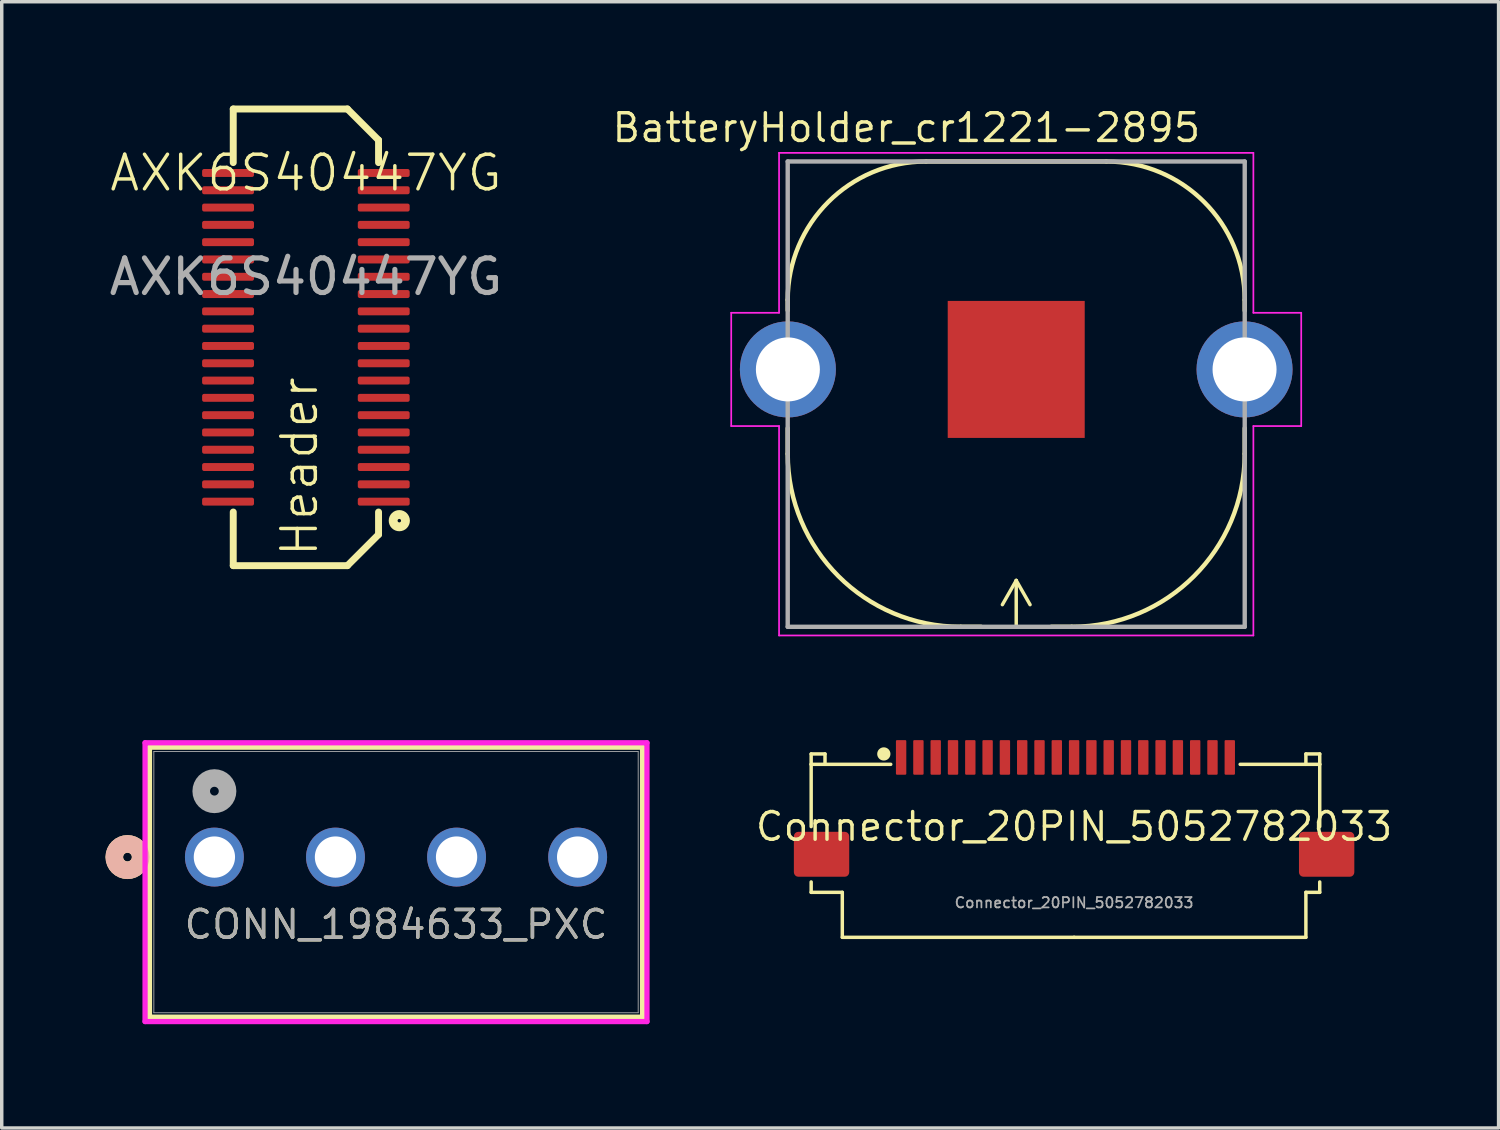
<source format=kicad_pcb>
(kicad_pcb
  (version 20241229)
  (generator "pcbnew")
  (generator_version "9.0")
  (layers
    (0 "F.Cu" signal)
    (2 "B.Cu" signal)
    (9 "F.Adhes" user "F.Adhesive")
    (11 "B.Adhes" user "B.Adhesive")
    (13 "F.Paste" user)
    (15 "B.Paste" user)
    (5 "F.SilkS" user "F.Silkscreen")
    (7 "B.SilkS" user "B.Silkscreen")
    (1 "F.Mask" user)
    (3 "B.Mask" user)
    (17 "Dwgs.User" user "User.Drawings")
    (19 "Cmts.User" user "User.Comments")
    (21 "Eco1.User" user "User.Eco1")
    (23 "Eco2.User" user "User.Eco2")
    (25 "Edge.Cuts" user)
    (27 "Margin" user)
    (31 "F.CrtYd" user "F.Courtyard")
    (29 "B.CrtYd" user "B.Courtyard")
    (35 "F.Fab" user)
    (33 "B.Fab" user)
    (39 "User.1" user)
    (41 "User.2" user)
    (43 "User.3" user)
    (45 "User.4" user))
  (footprint "CONN_1984633_PXC"
    (layer "F.Cu")
    (at 3.147 21.724)
    (property "Reference" "CONN_1984633_PXC" (at 5.25 1.95 0) (unlocked yes) (layer "F.SilkS") (effects (font (size 0.8 0.8) (thickness 0.1))))
    (attr through_hole)
    (fp_line (start -1.877 -3.177) (end -1.877 4.627) (stroke (width 0.152) (type solid)) (layer "F.SilkS"))
    (fp_line (start -1.877 4.627) (end 12.377 4.627) (stroke (width 0.152) (type solid)) (layer "F.SilkS"))
    (fp_line (start 12.377 -3.177) (end -1.877 -3.177) (stroke (width 0.152) (type solid)) (layer "F.SilkS"))
    (fp_line (start 12.377 4.627) (end 12.377 -3.177) (stroke (width 0.152) (type solid)) (layer "F.SilkS"))
    (fp_circle (center -2.512 0) (end -2.131 0) (stroke (width 0.508) (type solid)) (fill no) (layer "F.SilkS"))
    (fp_circle (center -2.512 0) (end -2.131 0) (stroke (width 0.508) (type solid)) (fill no) (layer "B.SilkS"))
    (fp_line (start -2.004 -3.304) (end -2.004 4.754) (stroke (width 0.152) (type solid)) (layer "F.CrtYd"))
    (fp_line (start -2.004 4.754) (end 12.504 4.754) (stroke (width 0.152) (type solid)) (layer "F.CrtYd"))
    (fp_line (start 12.504 -3.304) (end -2.004 -3.304) (stroke (width 0.152) (type solid)) (layer "F.CrtYd"))
    (fp_line (start 12.504 4.754) (end 12.504 -3.304) (stroke (width 0.152) (type solid)) (layer "F.CrtYd"))
    (fp_line (start -1.75 -3.05) (end -1.75 4.5) (stroke (width 0.025) (type solid)) (layer "F.Fab"))
    (fp_line (start -1.75 4.5) (end 12.25 4.5) (stroke (width 0.025) (type solid)) (layer "F.Fab"))
    (fp_line (start 12.25 -3.05) (end -1.75 -3.05) (stroke (width 0.025) (type solid)) (layer "F.Fab"))
    (fp_line (start 12.25 4.5) (end 12.25 -3.05) (stroke (width 0.025) (type solid)) (layer "F.Fab"))
    (fp_circle (center 0 -1.905) (end 0.381 -1.905) (stroke (width 0.508) (type solid)) (fill no) (layer "F.Fab"))
    (fp_text user "${REFERENCE}" (at 5.25 1.95 0) (unlocked yes) (layer "F.Fab") (effects (font (size 0.8 0.8) (thickness 0.1))))
    (pad "1" thru_hole circle (at 0 0) (size 1.702 1.702) (drill 1.194) (layers "*.Cu" "*.Mask"))
    (pad "2" thru_hole circle (at 3.5 0) (size 1.702 1.702) (drill 1.194) (layers "*.Cu" "*.Mask"))
    (pad "3" thru_hole circle (at 7 0) (size 1.702 1.702) (drill 1.194) (layers "*.Cu" "*.Mask"))
    (pad "4" thru_hole circle (at 10.5 0) (size 1.702 1.702) (drill 1.194) (layers "*.Cu" "*.Mask")))
  (footprint "BatteryHolder_cr1221-2895"
    (layer "F.Cu")
    (at 26.324 7.628)
    (property "Reference" "BatteryHolder_cr1221-2895" (at -3.175 -6.985 0) (layer "F.SilkS") (effects (font (size 0.8 0.8) (thickness 0.1))))
    (attr through_hole)
    (fp_line (start -6.605 -1.707) (end -6.605 -2.01) (stroke (width 0.127) (type solid)) (layer "F.SilkS"))
    (fp_line (start -6.605 2.44) (end -6.605 1.701) (stroke (width 0.127) (type solid)) (layer "F.SilkS"))
    (fp_line (start -2.605 -6.01) (end 2.605 -6.01) (stroke (width 0.127) (type solid)) (layer "F.SilkS"))
    (fp_line (start -1.015 7.44) (end -1.605 7.44) (stroke (width 0.127) (type solid)) (layer "F.SilkS"))
    (fp_line (start 0 6.1) (end -0.4 6.8) (stroke (width 0.1) (type default)) (layer "F.SilkS"))
    (fp_line (start 0 7.4) (end 0 6.1) (stroke (width 0.1) (type default)) (layer "F.SilkS"))
    (fp_line (start 0.4 6.8) (end 0 6.1) (stroke (width 0.1) (type default)) (layer "F.SilkS"))
    (fp_line (start 1.605 7.44) (end 1.015 7.44) (stroke (width 0.127) (type solid)) (layer "F.SilkS"))
    (fp_line (start 6.605 -2.01) (end 6.605 -1.701) (stroke (width 0.127) (type solid)) (layer "F.SilkS"))
    (fp_line (start 6.605 2.44) (end 6.605 1.701) (stroke (width 0.127) (type solid)) (layer "F.SilkS"))
    (fp_arc (start -6.605 -2.01) (mid -5.433427 -4.838427) (end -2.605 -6.01) (stroke (width 0.127) (type default)) (layer "F.SilkS"))
    (fp_arc (start -1.605 7.44) (mid -5.140534 5.975534) (end -6.605 2.44) (stroke (width 0.127) (type default)) (layer "F.SilkS"))
    (fp_arc (start 2.605 -6.01) (mid 5.433427 -4.838427) (end 6.605 -2.01) (stroke (width 0.127) (type default)) (layer "F.SilkS"))
    (fp_arc (start 6.605 2.44) (mid 5.140534 5.975534) (end 1.605 7.44) (stroke (width 0.127) (type default)) (layer "F.SilkS"))
    (fp_line (start -8.238 -1.637) (end -8.238 1.637) (stroke (width 0.05) (type solid)) (layer "F.CrtYd"))
    (fp_line (start -8.238 -1.637) (end -6.855 -1.637) (stroke (width 0.05) (type solid)) (layer "F.CrtYd"))
    (fp_line (start -8.238 1.637) (end -6.855 1.637) (stroke (width 0.05) (type solid)) (layer "F.CrtYd"))
    (fp_line (start -6.855 -1.637) (end -6.855 -6.26) (stroke (width 0.05) (type solid)) (layer "F.CrtYd"))
    (fp_line (start -6.855 1.637) (end -6.855 7.69) (stroke (width 0.05) (type solid)) (layer "F.CrtYd"))
    (fp_line (start -6.855 7.69) (end 6.855 7.69) (stroke (width 0.05) (type solid)) (layer "F.CrtYd"))
    (fp_line (start 6.855 -6.26) (end -6.855 -6.26) (stroke (width 0.05) (type solid)) (layer "F.CrtYd"))
    (fp_line (start 6.855 -6.26) (end 6.855 -1.637) (stroke (width 0.05) (type solid)) (layer "F.CrtYd"))
    (fp_line (start 6.855 -1.637) (end 8.238 -1.637) (stroke (width 0.05) (type solid)) (layer "F.CrtYd"))
    (fp_line (start 6.855 1.637) (end 6.855 7.69) (stroke (width 0.05) (type solid)) (layer "F.CrtYd"))
    (fp_line (start 8.238 1.637) (end 6.855 1.637) (stroke (width 0.05) (type solid)) (layer "F.CrtYd"))
    (fp_line (start 8.238 1.637) (end 8.238 -1.637) (stroke (width 0.05) (type solid)) (layer "F.CrtYd"))
    (fp_line (start -6.605 -6.01) (end 6.605 -6.01) (stroke (width 0.127) (type solid)) (layer "F.Fab"))
    (fp_line (start -6.605 7.44) (end -6.605 -6.01) (stroke (width 0.127) (type solid)) (layer "F.Fab"))
    (fp_line (start 6.605 -6.01) (end 6.605 7.44) (stroke (width 0.127) (type solid)) (layer "F.Fab"))
    (fp_line (start 6.605 7.44) (end -6.605 7.44) (stroke (width 0.127) (type solid)) (layer "F.Fab"))
    (pad "N" smd rect (at 0 0) (size 3.96 3.96) (layers "F.Cu" "F.Mask"))
    (pad "P1" thru_hole circle (at -6.6 0) (size 2.775 2.775) (drill 1.85) (layers "*.Cu" "*.Mask"))
    (pad "P2" thru_hole circle (at 6.6 0) (size 2.775 2.775) (drill 1.85) (layers "*.Cu" "*.Mask")))
  (footprint "Connector_20PIN_5052782033"
    (layer "F.Cu")
    (at 27.997 21.343)
    (property "Reference" "Connector_20PIN_5052782033" (at 0 -0.5 0) (unlocked yes) (layer "F.SilkS") (effects (font (size 0.8 0.8) (thickness 0.1))))
    (attr smd)
    (fp_line (start -7.6 -2.6) (end -7.2 -2.6) (stroke (width 0.1) (type default)) (layer "F.SilkS"))
    (fp_line (start -7.6 -2.3) (end -7.6 -2.6) (stroke (width 0.1) (type default)) (layer "F.SilkS"))
    (fp_line (start -7.6 -2.3) (end -7.6 -0.5) (stroke (width 0.1) (type default)) (layer "F.SilkS"))
    (fp_line (start -7.6 1.4) (end -7.6 1.1) (stroke (width 0.1) (type default)) (layer "F.SilkS"))
    (fp_line (start -7.2 -2.6) (end -7.2 -2.3) (stroke (width 0.1) (type default)) (layer "F.SilkS"))
    (fp_line (start -6.7 1.4) (end -7.6 1.4) (stroke (width 0.1) (type default)) (layer "F.SilkS"))
    (fp_line (start -6.7 1.4) (end -6.7 2.7) (stroke (width 0.1) (type default)) (layer "F.SilkS"))
    (fp_line (start -6.7 2.7) (end 0 2.7) (stroke (width 0.1) (type default)) (layer "F.SilkS"))
    (fp_line (start -5.3 -2.3) (end -7.6 -2.3) (stroke (width 0.1) (type default)) (layer "F.SilkS"))
    (fp_line (start 0 2.7) (end 6.7 2.7) (stroke (width 0.1) (type default)) (layer "F.SilkS"))
    (fp_line (start 4.8 -2.3) (end 7.1 -2.3) (stroke (width 0.1) (type default)) (layer "F.SilkS"))
    (fp_line (start 6.7 -2.6) (end 6.7 -2.3) (stroke (width 0.1) (type default)) (layer "F.SilkS"))
    (fp_line (start 6.7 1.4) (end 7.1 1.4) (stroke (width 0.1) (type default)) (layer "F.SilkS"))
    (fp_line (start 6.7 2.7) (end 6.7 1.4) (stroke (width 0.1) (type default)) (layer "F.SilkS"))
    (fp_line (start 7.1 -2.6) (end 6.7 -2.6) (stroke (width 0.1) (type default)) (layer "F.SilkS"))
    (fp_line (start 7.1 -2.3) (end 7.1 -2.6) (stroke (width 0.1) (type default)) (layer "F.SilkS"))
    (fp_line (start 7.1 -2.3) (end 7.1 -0.5) (stroke (width 0.1) (type default)) (layer "F.SilkS"))
    (fp_line (start 7.1 1.4) (end 7.1 1.1) (stroke (width 0.1) (type default)) (layer "F.SilkS"))
    (fp_circle (center -5.5 -2.6) (end -5.5 -2.7) (stroke (width 0.1) (type default)) (fill no) (layer "F.SilkS"))
    (fp_circle (center -5.5 -2.6) (end -5.5 -2.6) (stroke (width 0.1) (type default)) (fill no) (layer "F.SilkS"))
    (fp_circle (center -5.5 -2.6) (end -5.4 -2.5) (stroke (width 0.1) (type default)) (fill no) (layer "F.SilkS"))
    (fp_text user "${REFERENCE}" (at 0 1.7 0) (unlocked yes) (layer "F.Fab") (effects (font (size 0.3 0.3) (thickness 0.05))))
    (pad "1" smd roundrect (at -5 -2.5) (size 0.3 1) (layers "F.Cu" "F.Mask" "F.Paste") (roundrect_rratio 0.1))
    (pad "2" smd roundrect (at -4.5 -2.5) (size 0.3 1) (layers "F.Cu" "F.Mask" "F.Paste") (roundrect_rratio 0.1))
    (pad "3" smd roundrect (at -4 -2.5) (size 0.3 1) (layers "F.Cu" "F.Mask" "F.Paste") (roundrect_rratio 0.1))
    (pad "4" smd roundrect (at -3.5 -2.5) (size 0.3 1) (layers "F.Cu" "F.Mask" "F.Paste") (roundrect_rratio 0.1))
    (pad "5" smd roundrect (at -3 -2.5) (size 0.3 1) (layers "F.Cu" "F.Mask" "F.Paste") (roundrect_rratio 0.1))
    (pad "6" smd roundrect (at -2.5 -2.5) (size 0.3 1) (layers "F.Cu" "F.Mask" "F.Paste") (roundrect_rratio 0.1))
    (pad "7" smd roundrect (at -2 -2.5) (size 0.3 1) (layers "F.Cu" "F.Mask" "F.Paste") (roundrect_rratio 0.1))
    (pad "8" smd roundrect (at -1.5 -2.5) (size 0.3 1) (layers "F.Cu" "F.Mask" "F.Paste") (roundrect_rratio 0.1))
    (pad "9" smd roundrect (at -1 -2.5) (size 0.3 1) (layers "F.Cu" "F.Mask" "F.Paste") (roundrect_rratio 0.1))
    (pad "10" smd roundrect (at -0.5 -2.5) (size 0.3 1) (layers "F.Cu" "F.Mask" "F.Paste") (roundrect_rratio 0.1))
    (pad "11" smd roundrect (at 0 -2.5) (size 0.3 1) (layers "F.Cu" "F.Mask" "F.Paste") (roundrect_rratio 0.1))
    (pad "12" smd roundrect (at 0.5 -2.5) (size 0.3 1) (layers "F.Cu" "F.Mask" "F.Paste") (roundrect_rratio 0.1))
    (pad "13" smd roundrect (at 1 -2.5) (size 0.3 1) (layers "F.Cu" "F.Mask" "F.Paste") (roundrect_rratio 0.1))
    (pad "14" smd roundrect (at 1.5 -2.5) (size 0.3 1) (layers "F.Cu" "F.Mask" "F.Paste") (roundrect_rratio 0.1))
    (pad "15" smd roundrect (at 2 -2.5) (size 0.3 1) (layers "F.Cu" "F.Mask" "F.Paste") (roundrect_rratio 0.1))
    (pad "16" smd roundrect (at 2.5 -2.5) (size 0.3 1) (layers "F.Cu" "F.Mask" "F.Paste") (roundrect_rratio 0.1))
    (pad "17" smd roundrect (at 3 -2.5) (size 0.3 1) (layers "F.Cu" "F.Mask" "F.Paste") (roundrect_rratio 0.1))
    (pad "18" smd roundrect (at 3.5 -2.5) (size 0.3 1) (layers "F.Cu" "F.Mask" "F.Paste") (roundrect_rratio 0.1))
    (pad "19" smd roundrect (at 4 -2.5) (size 0.3 1) (layers "F.Cu" "F.Mask" "F.Paste") (roundrect_rratio 0.1))
    (pad "20" smd roundrect (at 4.5 -2.5) (size 0.3 1) (layers "F.Cu" "F.Mask" "F.Paste") (roundrect_rratio 0.1))
    (pad "21" smd roundrect (at -7.3 0.3) (size 1.6 1.3) (layers "F.Cu" "F.Mask" "F.Paste") (roundrect_rratio 0.1))
    (pad "22" smd roundrect (at 7.3 0.3) (size 1.6 1.3) (layers "F.Cu" "F.Mask" "F.Paste") (roundrect_rratio 0.1)))
  (footprint "AXK6S40447YG"
    (layer "F.Cu")
    (at 5.792 6.7)
    (property "Reference" "AXK6S40447YG" (at 0 -4.75 0) (unlocked yes) (layer "F.SilkS") (effects (font (size 1 1) (thickness 0.1))))
    (attr smd)
    (fp_line (start -2.1 -6.6) (end 1.2 -6.6) (stroke (width 0.2) (type default)) (layer "F.SilkS"))
    (fp_line (start -2.1 -5.05) (end -2.1 -6.6) (stroke (width 0.2) (type default)) (layer "F.SilkS"))
    (fp_line (start -2.1 5.05) (end -2.1 6.6) (stroke (width 0.2) (type default)) (layer "F.SilkS"))
    (fp_line (start -2.1 6.6) (end 1.2 6.6) (stroke (width 0.2) (type default)) (layer "F.SilkS"))
    (fp_line (start 1.2 -6.6) (end 2.1 -5.7) (stroke (width 0.2) (type default)) (layer "F.SilkS"))
    (fp_line (start 1.2 6.6) (end 2.1 5.7) (stroke (width 0.2) (type default)) (layer "F.SilkS"))
    (fp_line (start 2.1 -5.05) (end 2.1 -5.7) (stroke (width 0.2) (type default)) (layer "F.SilkS"))
    (fp_line (start 2.1 5.7) (end 2.1 5.05) (stroke (width 0.2) (type default)) (layer "F.SilkS"))
    (fp_circle (center 2.7 5.3) (end 2.75 5.3) (stroke (width 0.2) (type default)) (fill no) (layer "F.SilkS"))
    (fp_circle (center 2.7 5.3) (end 2.906 5.3) (stroke (width 0.2) (type default)) (fill no) (layer "F.SilkS"))
    (fp_text user "Header" (at 0.4 6.4 90) (unlocked yes) (layer "F.SilkS") (effects (font (size 1 1) (thickness 0.1)) (justify left bottom)))
    (fp_text user "${REFERENCE}" (at 0 -1.75 0) (unlocked yes) (layer "F.Fab") (effects (font (size 1 1) (thickness 0.15))))
    (pad "1" smd roundrect (at 2.25 4.75) (size 1.5 0.23) (layers "F.Cu" "F.Mask" "F.Paste") (roundrect_rratio 0.25))
    (pad "2" smd roundrect (at 2.25 4.25) (size 1.5 0.23) (layers "F.Cu" "F.Mask" "F.Paste") (roundrect_rratio 0.25))
    (pad "3" smd roundrect (at 2.25 3.75) (size 1.5 0.23) (layers "F.Cu" "F.Mask" "F.Paste") (roundrect_rratio 0.25))
    (pad "4" smd roundrect (at 2.25 3.25) (size 1.5 0.23) (layers "F.Cu" "F.Mask" "F.Paste") (roundrect_rratio 0.25))
    (pad "5" smd roundrect (at 2.25 2.75) (size 1.5 0.23) (layers "F.Cu" "F.Mask" "F.Paste") (roundrect_rratio 0.25))
    (pad "6" smd roundrect (at 2.25 2.25) (size 1.5 0.23) (layers "F.Cu" "F.Mask" "F.Paste") (roundrect_rratio 0.25))
    (pad "7" smd roundrect (at 2.25 1.75) (size 1.5 0.23) (layers "F.Cu" "F.Mask" "F.Paste") (roundrect_rratio 0.25))
    (pad "8" smd roundrect (at 2.25 1.25) (size 1.5 0.23) (layers "F.Cu" "F.Mask" "F.Paste") (roundrect_rratio 0.25))
    (pad "9" smd roundrect (at 2.25 0.75) (size 1.5 0.23) (layers "F.Cu" "F.Mask" "F.Paste") (roundrect_rratio 0.25))
    (pad "10" smd roundrect (at 2.25 0.25) (size 1.5 0.23) (layers "F.Cu" "F.Mask" "F.Paste") (roundrect_rratio 0.25))
    (pad "11" smd roundrect (at 2.25 -0.25) (size 1.5 0.23) (layers "F.Cu" "F.Mask" "F.Paste") (roundrect_rratio 0.25))
    (pad "12" smd roundrect (at 2.25 -0.75) (size 1.5 0.23) (layers "F.Cu" "F.Mask" "F.Paste") (roundrect_rratio 0.25))
    (pad "13" smd roundrect (at 2.25 -1.25) (size 1.5 0.23) (layers "F.Cu" "F.Mask" "F.Paste") (roundrect_rratio 0.25))
    (pad "14" smd roundrect (at 2.25 -1.75) (size 1.5 0.23) (layers "F.Cu" "F.Mask" "F.Paste") (roundrect_rratio 0.25))
    (pad "15" smd roundrect (at 2.25 -2.25) (size 1.5 0.23) (layers "F.Cu" "F.Mask" "F.Paste") (roundrect_rratio 0.25))
    (pad "16" smd roundrect (at 2.25 -2.75) (size 1.5 0.23) (layers "F.Cu" "F.Mask" "F.Paste") (roundrect_rratio 0.25))
    (pad "17" smd roundrect (at 2.25 -3.25) (size 1.5 0.23) (layers "F.Cu" "F.Mask" "F.Paste") (roundrect_rratio 0.25))
    (pad "18" smd roundrect (at 2.25 -3.75) (size 1.5 0.23) (layers "F.Cu" "F.Mask" "F.Paste") (roundrect_rratio 0.25))
    (pad "19" smd roundrect (at 2.25 -4.25) (size 1.5 0.23) (layers "F.Cu" "F.Mask" "F.Paste") (roundrect_rratio 0.25))
    (pad "20" smd roundrect (at 2.25 -4.75) (size 1.5 0.23) (layers "F.Cu" "F.Mask" "F.Paste") (roundrect_rratio 0.25))
    (pad "21" smd roundrect (at -2.25 4.75) (size 1.5 0.23) (layers "F.Cu" "F.Mask" "F.Paste") (roundrect_rratio 0.25))
    (pad "22" smd roundrect (at -2.25 4.25) (size 1.5 0.23) (layers "F.Cu" "F.Mask" "F.Paste") (roundrect_rratio 0.25))
    (pad "23" smd roundrect (at -2.25 3.75) (size 1.5 0.23) (layers "F.Cu" "F.Mask" "F.Paste") (roundrect_rratio 0.25))
    (pad "24" smd roundrect (at -2.25 3.25) (size 1.5 0.23) (layers "F.Cu" "F.Mask" "F.Paste") (roundrect_rratio 0.25))
    (pad "25" smd roundrect (at -2.25 2.75) (size 1.5 0.23) (layers "F.Cu" "F.Mask" "F.Paste") (roundrect_rratio 0.25))
    (pad "26" smd roundrect (at -2.25 2.25) (size 1.5 0.23) (layers "F.Cu" "F.Mask" "F.Paste") (roundrect_rratio 0.25))
    (pad "27" smd roundrect (at -2.25 1.75) (size 1.5 0.23) (layers "F.Cu" "F.Mask" "F.Paste") (roundrect_rratio 0.25))
    (pad "28" smd roundrect (at -2.25 1.25) (size 1.5 0.23) (layers "F.Cu" "F.Mask" "F.Paste") (roundrect_rratio 0.25))
    (pad "29" smd roundrect (at -2.25 0.75) (size 1.5 0.23) (layers "F.Cu" "F.Mask" "F.Paste") (roundrect_rratio 0.25))
    (pad "30" smd roundrect (at -2.25 0.25) (size 1.5 0.23) (layers "F.Cu" "F.Mask" "F.Paste") (roundrect_rratio 0.25))
    (pad "31" smd roundrect (at -2.25 -0.25) (size 1.5 0.23) (layers "F.Cu" "F.Mask" "F.Paste") (roundrect_rratio 0.25))
    (pad "32" smd roundrect (at -2.25 -0.75) (size 1.5 0.23) (layers "F.Cu" "F.Mask" "F.Paste") (roundrect_rratio 0.25))
    (pad "33" smd roundrect (at -2.25 -1.25) (size 1.5 0.23) (layers "F.Cu" "F.Mask" "F.Paste") (roundrect_rratio 0.25))
    (pad "34" smd roundrect (at -2.25 -1.75) (size 1.5 0.23) (layers "F.Cu" "F.Mask" "F.Paste") (roundrect_rratio 0.25))
    (pad "35" smd roundrect (at -2.25 -2.25) (size 1.5 0.23) (layers "F.Cu" "F.Mask" "F.Paste") (roundrect_rratio 0.25))
    (pad "36" smd roundrect (at -2.25 -2.75) (size 1.5 0.23) (layers "F.Cu" "F.Mask" "F.Paste") (roundrect_rratio 0.25))
    (pad "37" smd roundrect (at -2.25 -3.25) (size 1.5 0.23) (layers "F.Cu" "F.Mask" "F.Paste") (roundrect_rratio 0.25))
    (pad "38" smd roundrect (at -2.25 -3.75) (size 1.5 0.23) (layers "F.Cu" "F.Mask" "F.Paste") (roundrect_rratio 0.25))
    (pad "39" smd roundrect (at -2.25 -4.25) (size 1.5 0.23) (layers "F.Cu" "F.Mask" "F.Paste") (roundrect_rratio 0.25))
    (pad "40" smd roundrect (at -2.25 -4.75) (size 1.5 0.23) (layers "F.Cu" "F.Mask" "F.Paste") (roundrect_rratio 0.25)))
  (gr_rect
    (start -3 -3)
    (end 40.267 29.554)
    (stroke (width 0.1) (type default))
    (fill no)
    (layer "Edge.Cuts")))
</source>
